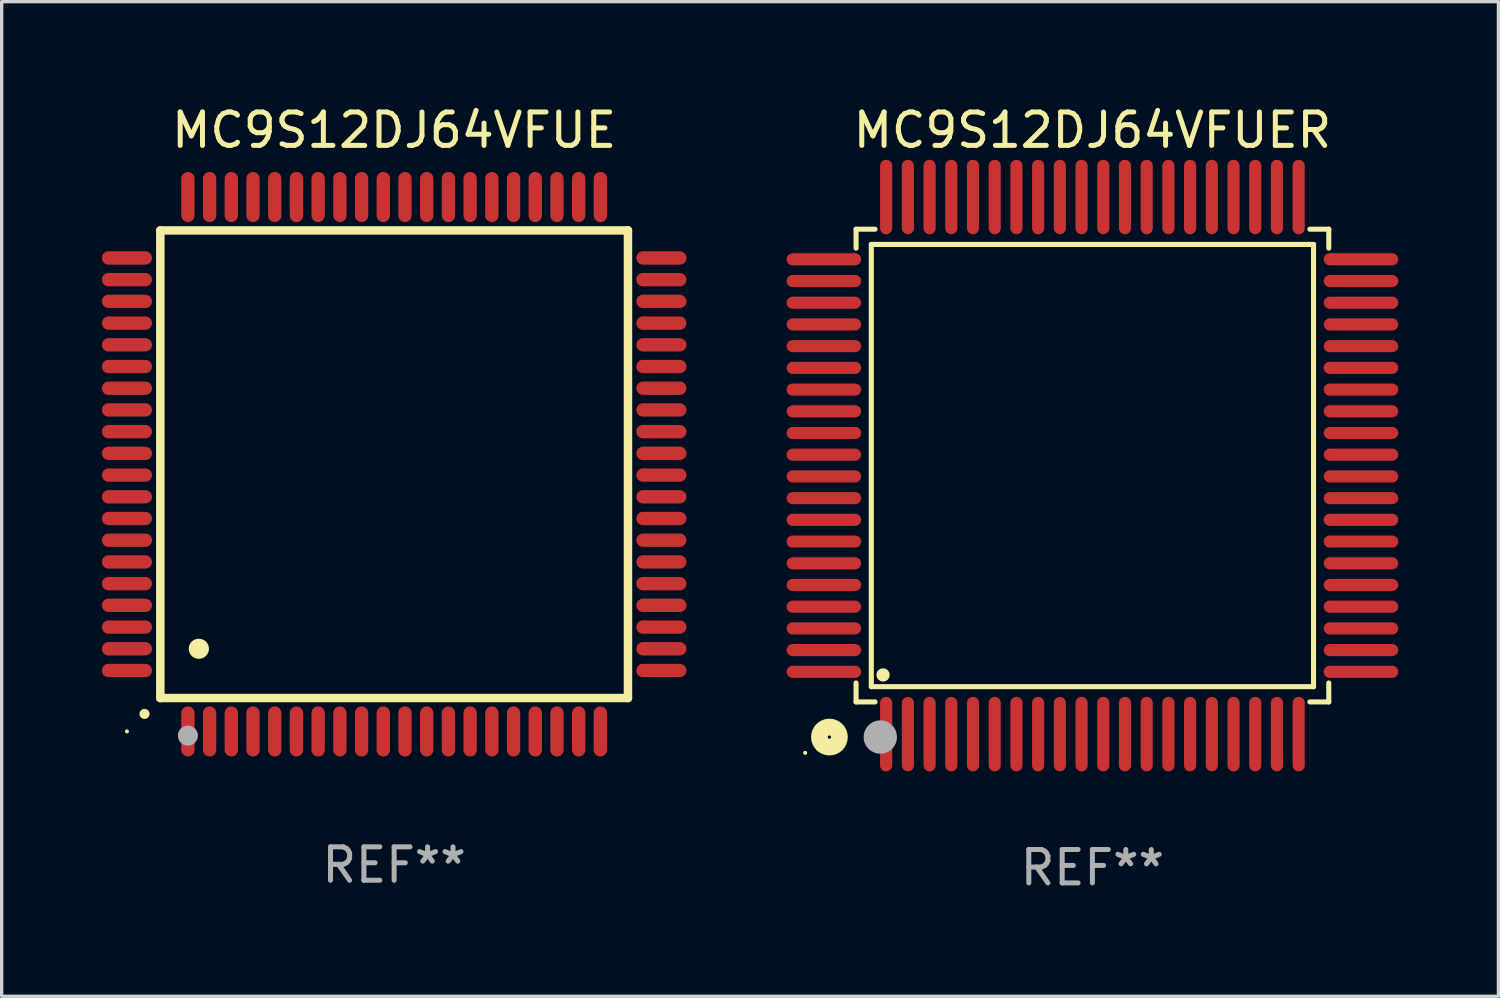
<source format=kicad_pcb>
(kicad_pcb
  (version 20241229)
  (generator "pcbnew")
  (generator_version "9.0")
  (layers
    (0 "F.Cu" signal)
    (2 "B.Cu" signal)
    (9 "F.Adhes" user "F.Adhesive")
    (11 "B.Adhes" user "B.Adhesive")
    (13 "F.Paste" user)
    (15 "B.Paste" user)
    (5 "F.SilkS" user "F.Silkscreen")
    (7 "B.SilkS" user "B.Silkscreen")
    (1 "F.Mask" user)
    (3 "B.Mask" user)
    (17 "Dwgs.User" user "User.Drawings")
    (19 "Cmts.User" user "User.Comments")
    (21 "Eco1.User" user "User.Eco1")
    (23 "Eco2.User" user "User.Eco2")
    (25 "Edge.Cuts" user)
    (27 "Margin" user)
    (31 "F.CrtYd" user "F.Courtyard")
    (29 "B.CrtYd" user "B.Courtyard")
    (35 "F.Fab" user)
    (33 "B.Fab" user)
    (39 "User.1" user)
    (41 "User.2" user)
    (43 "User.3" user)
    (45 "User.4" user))
  (footprint "MC9S12DJ64VFUE"
    (layer "F.Cu")
    (at 8.75 10.848)
    (property "Reference" "MC9S12DJ64VFUE" (at 0 -10 0) (layer "F.SilkS") (effects (font (size 1 1) (thickness 0.15))))
    (attr through_hole)
    (fp_line (start -7 -7) (end -7 7) (stroke (width 0.254) (type solid)) (layer "F.SilkS"))
    (fp_line (start -7 -7) (end 7 -7) (stroke (width 0.254) (type solid)) (layer "F.SilkS"))
    (fp_line (start -7 7) (end 7 7) (stroke (width 0.254) (type solid)) (layer "F.SilkS"))
    (fp_line (start 7 -7) (end 7 7) (stroke (width 0.254) (type solid)) (layer "F.SilkS"))
    (fp_arc (start -7.475006 7.475006) (mid -7.473736 7.475001) (end -7.472466 7.475006) (stroke (width 0.3) (type solid)) (layer "F.SilkS"))
    (fp_arc (start -5.850013 5.525019) (mid -5.847473 5.525008) (end -5.844933 5.525019) (stroke (width 0.6) (type solid)) (layer "F.SilkS"))
    (fp_circle (center -8 8) (end -7.97 8) (stroke (width 0.06) (type solid)) (fill no) (layer "F.SilkS"))
    (fp_circle (center -6.175 8.125) (end -6.025 8.125) (stroke (width 0.3) (type solid)) (fill no) (layer "F.Fab"))
    (fp_text user "REF**" (at 0 12 0) (layer "F.Fab") (effects (font (size 1 1) (thickness 0.15))))
    (pad "1" smd oval (at -6.175 8 180) (size 0.4 1.5) (layers "F.Cu" "F.Mask" "F.Paste"))
    (pad "2" smd oval (at -5.525 8 180) (size 0.4 1.5) (layers "F.Cu" "F.Mask" "F.Paste"))
    (pad "3" smd oval (at -4.875 8 180) (size 0.4 1.5) (layers "F.Cu" "F.Mask" "F.Paste"))
    (pad "4" smd oval (at -4.225 8 180) (size 0.4 1.5) (layers "F.Cu" "F.Mask" "F.Paste"))
    (pad "5" smd oval (at -3.575 8 180) (size 0.4 1.5) (layers "F.Cu" "F.Mask" "F.Paste"))
    (pad "6" smd oval (at -2.925 8 180) (size 0.4 1.5) (layers "F.Cu" "F.Mask" "F.Paste"))
    (pad "7" smd oval (at -2.275 8 180) (size 0.4 1.5) (layers "F.Cu" "F.Mask" "F.Paste"))
    (pad "8" smd oval (at -1.625 8 180) (size 0.4 1.5) (layers "F.Cu" "F.Mask" "F.Paste"))
    (pad "9" smd oval (at -0.975 8 180) (size 0.4 1.5) (layers "F.Cu" "F.Mask" "F.Paste"))
    (pad "10" smd oval (at -0.325 8 180) (size 0.4 1.5) (layers "F.Cu" "F.Mask" "F.Paste"))
    (pad "11" smd oval (at 0.325 8 180) (size 0.4 1.5) (layers "F.Cu" "F.Mask" "F.Paste"))
    (pad "12" smd oval (at 0.975 8 180) (size 0.4 1.5) (layers "F.Cu" "F.Mask" "F.Paste"))
    (pad "13" smd oval (at 1.625 8 180) (size 0.4 1.5) (layers "F.Cu" "F.Mask" "F.Paste"))
    (pad "14" smd oval (at 2.275 8 180) (size 0.4 1.5) (layers "F.Cu" "F.Mask" "F.Paste"))
    (pad "15" smd oval (at 2.925 8 180) (size 0.4 1.5) (layers "F.Cu" "F.Mask" "F.Paste"))
    (pad "16" smd oval (at 3.575 8 180) (size 0.4 1.5) (layers "F.Cu" "F.Mask" "F.Paste"))
    (pad "17" smd oval (at 4.225 8 180) (size 0.4 1.5) (layers "F.Cu" "F.Mask" "F.Paste"))
    (pad "18" smd oval (at 4.875 8 180) (size 0.4 1.5) (layers "F.Cu" "F.Mask" "F.Paste"))
    (pad "19" smd oval (at 5.525 8 180) (size 0.4 1.5) (layers "F.Cu" "F.Mask" "F.Paste"))
    (pad "20" smd oval (at 6.175 8) (size 0.4 1.5) (layers "F.Cu" "F.Mask" "F.Paste"))
    (pad "21" smd oval (at 8 6.175 270) (size 0.4 1.5) (layers "F.Cu" "F.Mask" "F.Paste"))
    (pad "22" smd oval (at 8 5.525 90) (size 0.4 1.5) (layers "F.Cu" "F.Mask" "F.Paste"))
    (pad "23" smd oval (at 8 4.875 90) (size 0.4 1.5) (layers "F.Cu" "F.Mask" "F.Paste"))
    (pad "24" smd oval (at 8 4.225 90) (size 0.4 1.5) (layers "F.Cu" "F.Mask" "F.Paste"))
    (pad "25" smd oval (at 8 3.575 90) (size 0.4 1.5) (layers "F.Cu" "F.Mask" "F.Paste"))
    (pad "26" smd oval (at 8 2.925 90) (size 0.4 1.5) (layers "F.Cu" "F.Mask" "F.Paste"))
    (pad "27" smd oval (at 8 2.275 90) (size 0.4 1.5) (layers "F.Cu" "F.Mask" "F.Paste"))
    (pad "28" smd oval (at 8 1.625 90) (size 0.4 1.5) (layers "F.Cu" "F.Mask" "F.Paste"))
    (pad "29" smd oval (at 8 0.975 90) (size 0.4 1.5) (layers "F.Cu" "F.Mask" "F.Paste"))
    (pad "30" smd oval (at 8 0.325 90) (size 0.4 1.5) (layers "F.Cu" "F.Mask" "F.Paste"))
    (pad "31" smd oval (at 8 -0.325 90) (size 0.4 1.5) (layers "F.Cu" "F.Mask" "F.Paste"))
    (pad "32" smd oval (at 8 -0.975 90) (size 0.4 1.5) (layers "F.Cu" "F.Mask" "F.Paste"))
    (pad "33" smd oval (at 8 -1.625 90) (size 0.4 1.5) (layers "F.Cu" "F.Mask" "F.Paste"))
    (pad "34" smd oval (at 8 -2.275 90) (size 0.4 1.5) (layers "F.Cu" "F.Mask" "F.Paste"))
    (pad "35" smd oval (at 8 -2.925 90) (size 0.4 1.5) (layers "F.Cu" "F.Mask" "F.Paste"))
    (pad "36" smd oval (at 8 -3.575 90) (size 0.4 1.5) (layers "F.Cu" "F.Mask" "F.Paste"))
    (pad "37" smd oval (at 8 -4.225 90) (size 0.4 1.5) (layers "F.Cu" "F.Mask" "F.Paste"))
    (pad "38" smd oval (at 8 -4.875 90) (size 0.4 1.5) (layers "F.Cu" "F.Mask" "F.Paste"))
    (pad "39" smd oval (at 8 -5.525 90) (size 0.4 1.5) (layers "F.Cu" "F.Mask" "F.Paste"))
    (pad "40" smd oval (at 8 -6.175 90) (size 0.4 1.5) (layers "F.Cu" "F.Mask" "F.Paste"))
    (pad "41" smd oval (at 6.175 -8) (size 0.4 1.5) (layers "F.Cu" "F.Mask" "F.Paste"))
    (pad "42" smd oval (at 5.525 -8 180) (size 0.4 1.5) (layers "F.Cu" "F.Mask" "F.Paste"))
    (pad "43" smd oval (at 4.875 -8 180) (size 0.4 1.5) (layers "F.Cu" "F.Mask" "F.Paste"))
    (pad "44" smd oval (at 4.225 -8 180) (size 0.4 1.5) (layers "F.Cu" "F.Mask" "F.Paste"))
    (pad "45" smd oval (at 3.575 -8 180) (size 0.4 1.5) (layers "F.Cu" "F.Mask" "F.Paste"))
    (pad "46" smd oval (at 2.925 -8 180) (size 0.4 1.5) (layers "F.Cu" "F.Mask" "F.Paste"))
    (pad "47" smd oval (at 2.275 -8 180) (size 0.4 1.5) (layers "F.Cu" "F.Mask" "F.Paste"))
    (pad "48" smd oval (at 1.625 -8 180) (size 0.4 1.5) (layers "F.Cu" "F.Mask" "F.Paste"))
    (pad "49" smd oval (at 0.975 -8 180) (size 0.4 1.5) (layers "F.Cu" "F.Mask" "F.Paste"))
    (pad "50" smd oval (at 0.325 -8 180) (size 0.4 1.5) (layers "F.Cu" "F.Mask" "F.Paste"))
    (pad "51" smd oval (at -0.325 -8 180) (size 0.4 1.5) (layers "F.Cu" "F.Mask" "F.Paste"))
    (pad "52" smd oval (at -0.975 -8 180) (size 0.4 1.5) (layers "F.Cu" "F.Mask" "F.Paste"))
    (pad "53" smd oval (at -1.625 -8 180) (size 0.4 1.5) (layers "F.Cu" "F.Mask" "F.Paste"))
    (pad "54" smd oval (at -2.275 -8 180) (size 0.4 1.5) (layers "F.Cu" "F.Mask" "F.Paste"))
    (pad "55" smd oval (at -2.925 -8 180) (size 0.4 1.5) (layers "F.Cu" "F.Mask" "F.Paste"))
    (pad "56" smd oval (at -3.575 -8 180) (size 0.4 1.5) (layers "F.Cu" "F.Mask" "F.Paste"))
    (pad "57" smd oval (at -4.225 -8 180) (size 0.4 1.5) (layers "F.Cu" "F.Mask" "F.Paste"))
    (pad "58" smd oval (at -4.875 -8 180) (size 0.4 1.5) (layers "F.Cu" "F.Mask" "F.Paste"))
    (pad "59" smd oval (at -5.525 -8 180) (size 0.4 1.5) (layers "F.Cu" "F.Mask" "F.Paste"))
    (pad "60" smd oval (at -6.175 -8 180) (size 0.4 1.5) (layers "F.Cu" "F.Mask" "F.Paste"))
    (pad "61" smd oval (at -8 -6.175 90) (size 0.4 1.5) (layers "F.Cu" "F.Mask" "F.Paste"))
    (pad "62" smd oval (at -8 -5.525 90) (size 0.4 1.5) (layers "F.Cu" "F.Mask" "F.Paste"))
    (pad "63" smd oval (at -8 -4.875 90) (size 0.4 1.5) (layers "F.Cu" "F.Mask" "F.Paste"))
    (pad "64" smd oval (at -8 -4.225 90) (size 0.4 1.5) (layers "F.Cu" "F.Mask" "F.Paste"))
    (pad "65" smd oval (at -8 -3.575 90) (size 0.4 1.5) (layers "F.Cu" "F.Mask" "F.Paste"))
    (pad "66" smd oval (at -8 -2.925 90) (size 0.4 1.5) (layers "F.Cu" "F.Mask" "F.Paste"))
    (pad "67" smd oval (at -8 -2.275 90) (size 0.4 1.5) (layers "F.Cu" "F.Mask" "F.Paste"))
    (pad "68" smd oval (at -8 -1.625 90) (size 0.4 1.5) (layers "F.Cu" "F.Mask" "F.Paste"))
    (pad "69" smd oval (at -8 -0.975 90) (size 0.4 1.5) (layers "F.Cu" "F.Mask" "F.Paste"))
    (pad "70" smd oval (at -8 -0.325 90) (size 0.4 1.5) (layers "F.Cu" "F.Mask" "F.Paste"))
    (pad "71" smd oval (at -8 0.325 90) (size 0.4 1.5) (layers "F.Cu" "F.Mask" "F.Paste"))
    (pad "72" smd oval (at -8 0.975 90) (size 0.4 1.5) (layers "F.Cu" "F.Mask" "F.Paste"))
    (pad "73" smd oval (at -8 1.625 90) (size 0.4 1.5) (layers "F.Cu" "F.Mask" "F.Paste"))
    (pad "74" smd oval (at -8 2.275 90) (size 0.4 1.5) (layers "F.Cu" "F.Mask" "F.Paste"))
    (pad "75" smd oval (at -8 2.925 90) (size 0.4 1.5) (layers "F.Cu" "F.Mask" "F.Paste"))
    (pad "76" smd oval (at -8 3.575 90) (size 0.4 1.5) (layers "F.Cu" "F.Mask" "F.Paste"))
    (pad "77" smd oval (at -8 4.225 90) (size 0.4 1.5) (layers "F.Cu" "F.Mask" "F.Paste"))
    (pad "78" smd oval (at -8 4.875 90) (size 0.4 1.5) (layers "F.Cu" "F.Mask" "F.Paste"))
    (pad "79" smd oval (at -8 5.525 90) (size 0.4 1.5) (layers "F.Cu" "F.Mask" "F.Paste"))
    (pad "80" smd oval (at -8 6.175 270) (size 0.4 1.5) (layers "F.Cu" "F.Mask" "F.Paste")))
  (footprint "MC9S12DJ64VFUER"
    (layer "F.Cu")
    (at 29.655 10.888)
    (property "Reference" "MC9S12DJ64VFUER" (at 0 -10.04 0) (layer "F.SilkS") (effects (font (size 1 1) (thickness 0.15))))
    (attr through_hole)
    (fp_line (start -7.076 -7.076) (end -7.076 -6.509) (stroke (width 0.152) (type solid)) (layer "F.SilkS"))
    (fp_line (start -7.076 7.076) (end -7.076 6.509) (stroke (width 0.152) (type solid)) (layer "F.SilkS"))
    (fp_line (start -6.62 -6.62) (end 6.62 -6.62) (stroke (width 0.152) (type solid)) (layer "F.SilkS"))
    (fp_line (start -6.62 6.62) (end -6.62 -6.62) (stroke (width 0.152) (type solid)) (layer "F.SilkS"))
    (fp_line (start -6.509 -7.076) (end -7.076 -7.076) (stroke (width 0.152) (type solid)) (layer "F.SilkS"))
    (fp_line (start -6.509 7.076) (end -7.076 7.076) (stroke (width 0.152) (type solid)) (layer "F.SilkS"))
    (fp_line (start 6.509 -7.076) (end 7.076 -7.076) (stroke (width 0.152) (type solid)) (layer "F.SilkS"))
    (fp_line (start 6.509 7.076) (end 7.076 7.076) (stroke (width 0.152) (type solid)) (layer "F.SilkS"))
    (fp_line (start 6.62 -6.62) (end 6.62 6.62) (stroke (width 0.152) (type solid)) (layer "F.SilkS"))
    (fp_line (start 6.62 6.62) (end -6.62 6.62) (stroke (width 0.152) (type solid)) (layer "F.SilkS"))
    (fp_line (start 7.076 -7.076) (end 7.076 -6.509) (stroke (width 0.152) (type solid)) (layer "F.SilkS"))
    (fp_line (start 7.076 7.076) (end 7.076 6.509) (stroke (width 0.152) (type solid)) (layer "F.SilkS"))
    (fp_circle (center -8.6 8.6) (end -8.57 8.6) (stroke (width 0.06) (type solid)) (fill no) (layer "F.SilkS"))
    (fp_circle (center -7.874 8.128) (end -7.574 8.128) (stroke (width 0.5) (type solid)) (fill no) (layer "F.SilkS"))
    (fp_circle (center -6.268 6.268) (end -6.168 6.268) (stroke (width 0.2) (type solid)) (fill no) (layer "F.SilkS"))
    (fp_circle (center -6.35 8.128) (end -6.1 8.128) (stroke (width 0.5) (type solid)) (fill no) (layer "F.Fab"))
    (fp_text user "REF**" (at 0 12.04 0) (layer "F.Fab") (effects (font (size 1 1) (thickness 0.15))))
    (pad "1" smd oval (at -6.175 8.04) (size 0.364 2.23) (layers "F.Cu" "F.Mask" "F.Paste"))
    (pad "2" smd oval (at -5.525 8.04) (size 0.364 2.23) (layers "F.Cu" "F.Mask" "F.Paste"))
    (pad "3" smd oval (at -4.875 8.04) (size 0.364 2.23) (layers "F.Cu" "F.Mask" "F.Paste"))
    (pad "4" smd oval (at -4.225 8.04) (size 0.364 2.23) (layers "F.Cu" "F.Mask" "F.Paste"))
    (pad "5" smd oval (at -3.575 8.04) (size 0.364 2.23) (layers "F.Cu" "F.Mask" "F.Paste"))
    (pad "6" smd oval (at -2.925 8.04) (size 0.364 2.23) (layers "F.Cu" "F.Mask" "F.Paste"))
    (pad "7" smd oval (at -2.275 8.04) (size 0.364 2.23) (layers "F.Cu" "F.Mask" "F.Paste"))
    (pad "8" smd oval (at -1.625 8.04) (size 0.364 2.23) (layers "F.Cu" "F.Mask" "F.Paste"))
    (pad "9" smd oval (at -0.975 8.04) (size 0.364 2.23) (layers "F.Cu" "F.Mask" "F.Paste"))
    (pad "10" smd oval (at -0.325 8.04) (size 0.364 2.23) (layers "F.Cu" "F.Mask" "F.Paste"))
    (pad "11" smd oval (at 0.325 8.04) (size 0.364 2.23) (layers "F.Cu" "F.Mask" "F.Paste"))
    (pad "12" smd oval (at 0.975 8.04) (size 0.364 2.23) (layers "F.Cu" "F.Mask" "F.Paste"))
    (pad "13" smd oval (at 1.625 8.04) (size 0.364 2.23) (layers "F.Cu" "F.Mask" "F.Paste"))
    (pad "14" smd oval (at 2.275 8.04) (size 0.364 2.23) (layers "F.Cu" "F.Mask" "F.Paste"))
    (pad "15" smd oval (at 2.925 8.04) (size 0.364 2.23) (layers "F.Cu" "F.Mask" "F.Paste"))
    (pad "16" smd oval (at 3.575 8.04) (size 0.364 2.23) (layers "F.Cu" "F.Mask" "F.Paste"))
    (pad "17" smd oval (at 4.225 8.04) (size 0.364 2.23) (layers "F.Cu" "F.Mask" "F.Paste"))
    (pad "18" smd oval (at 4.875 8.04) (size 0.364 2.23) (layers "F.Cu" "F.Mask" "F.Paste"))
    (pad "19" smd oval (at 5.525 8.04) (size 0.364 2.23) (layers "F.Cu" "F.Mask" "F.Paste"))
    (pad "20" smd oval (at 6.175 8.04) (size 0.364 2.23) (layers "F.Cu" "F.Mask" "F.Paste"))
    (pad "21" smd oval (at 8.04 6.175) (size 2.23 0.364) (layers "F.Cu" "F.Mask" "F.Paste"))
    (pad "22" smd oval (at 8.04 5.525) (size 2.23 0.364) (layers "F.Cu" "F.Mask" "F.Paste"))
    (pad "23" smd oval (at 8.04 4.875) (size 2.23 0.364) (layers "F.Cu" "F.Mask" "F.Paste"))
    (pad "24" smd oval (at 8.04 4.225) (size 2.23 0.364) (layers "F.Cu" "F.Mask" "F.Paste"))
    (pad "25" smd oval (at 8.04 3.575) (size 2.23 0.364) (layers "F.Cu" "F.Mask" "F.Paste"))
    (pad "26" smd oval (at 8.04 2.925) (size 2.23 0.364) (layers "F.Cu" "F.Mask" "F.Paste"))
    (pad "27" smd oval (at 8.04 2.275) (size 2.23 0.364) (layers "F.Cu" "F.Mask" "F.Paste"))
    (pad "28" smd oval (at 8.04 1.625) (size 2.23 0.364) (layers "F.Cu" "F.Mask" "F.Paste"))
    (pad "29" smd oval (at 8.04 0.975) (size 2.23 0.364) (layers "F.Cu" "F.Mask" "F.Paste"))
    (pad "30" smd oval (at 8.04 0.325) (size 2.23 0.364) (layers "F.Cu" "F.Mask" "F.Paste"))
    (pad "31" smd oval (at 8.04 -0.325) (size 2.23 0.364) (layers "F.Cu" "F.Mask" "F.Paste"))
    (pad "32" smd oval (at 8.04 -0.975) (size 2.23 0.364) (layers "F.Cu" "F.Mask" "F.Paste"))
    (pad "33" smd oval (at 8.04 -1.625) (size 2.23 0.364) (layers "F.Cu" "F.Mask" "F.Paste"))
    (pad "34" smd oval (at 8.04 -2.275) (size 2.23 0.364) (layers "F.Cu" "F.Mask" "F.Paste"))
    (pad "35" smd oval (at 8.04 -2.925) (size 2.23 0.364) (layers "F.Cu" "F.Mask" "F.Paste"))
    (pad "36" smd oval (at 8.04 -3.575) (size 2.23 0.364) (layers "F.Cu" "F.Mask" "F.Paste"))
    (pad "37" smd oval (at 8.04 -4.225) (size 2.23 0.364) (layers "F.Cu" "F.Mask" "F.Paste"))
    (pad "38" smd oval (at 8.04 -4.875) (size 2.23 0.364) (layers "F.Cu" "F.Mask" "F.Paste"))
    (pad "39" smd oval (at 8.04 -5.525) (size 2.23 0.364) (layers "F.Cu" "F.Mask" "F.Paste"))
    (pad "40" smd oval (at 8.04 -6.175) (size 2.23 0.364) (layers "F.Cu" "F.Mask" "F.Paste"))
    (pad "41" smd oval (at 6.175 -8.04) (size 0.364 2.23) (layers "F.Cu" "F.Mask" "F.Paste"))
    (pad "42" smd oval (at 5.525 -8.04) (size 0.364 2.23) (layers "F.Cu" "F.Mask" "F.Paste"))
    (pad "43" smd oval (at 4.875 -8.04) (size 0.364 2.23) (layers "F.Cu" "F.Mask" "F.Paste"))
    (pad "44" smd oval (at 4.225 -8.04) (size 0.364 2.23) (layers "F.Cu" "F.Mask" "F.Paste"))
    (pad "45" smd oval (at 3.575 -8.04) (size 0.364 2.23) (layers "F.Cu" "F.Mask" "F.Paste"))
    (pad "46" smd oval (at 2.925 -8.04) (size 0.364 2.23) (layers "F.Cu" "F.Mask" "F.Paste"))
    (pad "47" smd oval (at 2.275 -8.04) (size 0.364 2.23) (layers "F.Cu" "F.Mask" "F.Paste"))
    (pad "48" smd oval (at 1.625 -8.04) (size 0.364 2.23) (layers "F.Cu" "F.Mask" "F.Paste"))
    (pad "49" smd oval (at 0.975 -8.04) (size 0.364 2.23) (layers "F.Cu" "F.Mask" "F.Paste"))
    (pad "50" smd oval (at 0.325 -8.04) (size 0.364 2.23) (layers "F.Cu" "F.Mask" "F.Paste"))
    (pad "51" smd oval (at -0.325 -8.04) (size 0.364 2.23) (layers "F.Cu" "F.Mask" "F.Paste"))
    (pad "52" smd oval (at -0.975 -8.04) (size 0.364 2.23) (layers "F.Cu" "F.Mask" "F.Paste"))
    (pad "53" smd oval (at -1.625 -8.04) (size 0.364 2.23) (layers "F.Cu" "F.Mask" "F.Paste"))
    (pad "54" smd oval (at -2.275 -8.04) (size 0.364 2.23) (layers "F.Cu" "F.Mask" "F.Paste"))
    (pad "55" smd oval (at -2.925 -8.04) (size 0.364 2.23) (layers "F.Cu" "F.Mask" "F.Paste"))
    (pad "56" smd oval (at -3.575 -8.04) (size 0.364 2.23) (layers "F.Cu" "F.Mask" "F.Paste"))
    (pad "57" smd oval (at -4.225 -8.04) (size 0.364 2.23) (layers "F.Cu" "F.Mask" "F.Paste"))
    (pad "58" smd oval (at -4.875 -8.04) (size 0.364 2.23) (layers "F.Cu" "F.Mask" "F.Paste"))
    (pad "59" smd oval (at -5.525 -8.04) (size 0.364 2.23) (layers "F.Cu" "F.Mask" "F.Paste"))
    (pad "60" smd oval (at -6.175 -8.04) (size 0.364 2.23) (layers "F.Cu" "F.Mask" "F.Paste"))
    (pad "61" smd oval (at -8.04 -6.175) (size 2.23 0.364) (layers "F.Cu" "F.Mask" "F.Paste"))
    (pad "62" smd oval (at -8.04 -5.525) (size 2.23 0.364) (layers "F.Cu" "F.Mask" "F.Paste"))
    (pad "63" smd oval (at -8.04 -4.875) (size 2.23 0.364) (layers "F.Cu" "F.Mask" "F.Paste"))
    (pad "64" smd oval (at -8.04 -4.225) (size 2.23 0.364) (layers "F.Cu" "F.Mask" "F.Paste"))
    (pad "65" smd oval (at -8.04 -3.575) (size 2.23 0.364) (layers "F.Cu" "F.Mask" "F.Paste"))
    (pad "66" smd oval (at -8.04 -2.925) (size 2.23 0.364) (layers "F.Cu" "F.Mask" "F.Paste"))
    (pad "67" smd oval (at -8.04 -2.275) (size 2.23 0.364) (layers "F.Cu" "F.Mask" "F.Paste"))
    (pad "68" smd oval (at -8.04 -1.625) (size 2.23 0.364) (layers "F.Cu" "F.Mask" "F.Paste"))
    (pad "69" smd oval (at -8.04 -0.975) (size 2.23 0.364) (layers "F.Cu" "F.Mask" "F.Paste"))
    (pad "70" smd oval (at -8.04 -0.325) (size 2.23 0.364) (layers "F.Cu" "F.Mask" "F.Paste"))
    (pad "71" smd oval (at -8.04 0.325) (size 2.23 0.364) (layers "F.Cu" "F.Mask" "F.Paste"))
    (pad "72" smd oval (at -8.04 0.975) (size 2.23 0.364) (layers "F.Cu" "F.Mask" "F.Paste"))
    (pad "73" smd oval (at -8.04 1.625) (size 2.23 0.364) (layers "F.Cu" "F.Mask" "F.Paste"))
    (pad "74" smd oval (at -8.04 2.275) (size 2.23 0.364) (layers "F.Cu" "F.Mask" "F.Paste"))
    (pad "75" smd oval (at -8.04 2.925) (size 2.23 0.364) (layers "F.Cu" "F.Mask" "F.Paste"))
    (pad "76" smd oval (at -8.04 3.575) (size 2.23 0.364) (layers "F.Cu" "F.Mask" "F.Paste"))
    (pad "77" smd oval (at -8.04 4.225) (size 2.23 0.364) (layers "F.Cu" "F.Mask" "F.Paste"))
    (pad "78" smd oval (at -8.04 4.875) (size 2.23 0.364) (layers "F.Cu" "F.Mask" "F.Paste"))
    (pad "79" smd oval (at -8.04 5.525) (size 2.23 0.364) (layers "F.Cu" "F.Mask" "F.Paste"))
    (pad "80" smd oval (at -8.04 6.175) (size 2.23 0.364) (layers "F.Cu" "F.Mask" "F.Paste")))
  (gr_rect
    (start -3 -3)
    (end 41.81 26.776)
    (stroke (width 0.1) (type default))
    (fill no)
    (layer "Edge.Cuts")))
</source>
